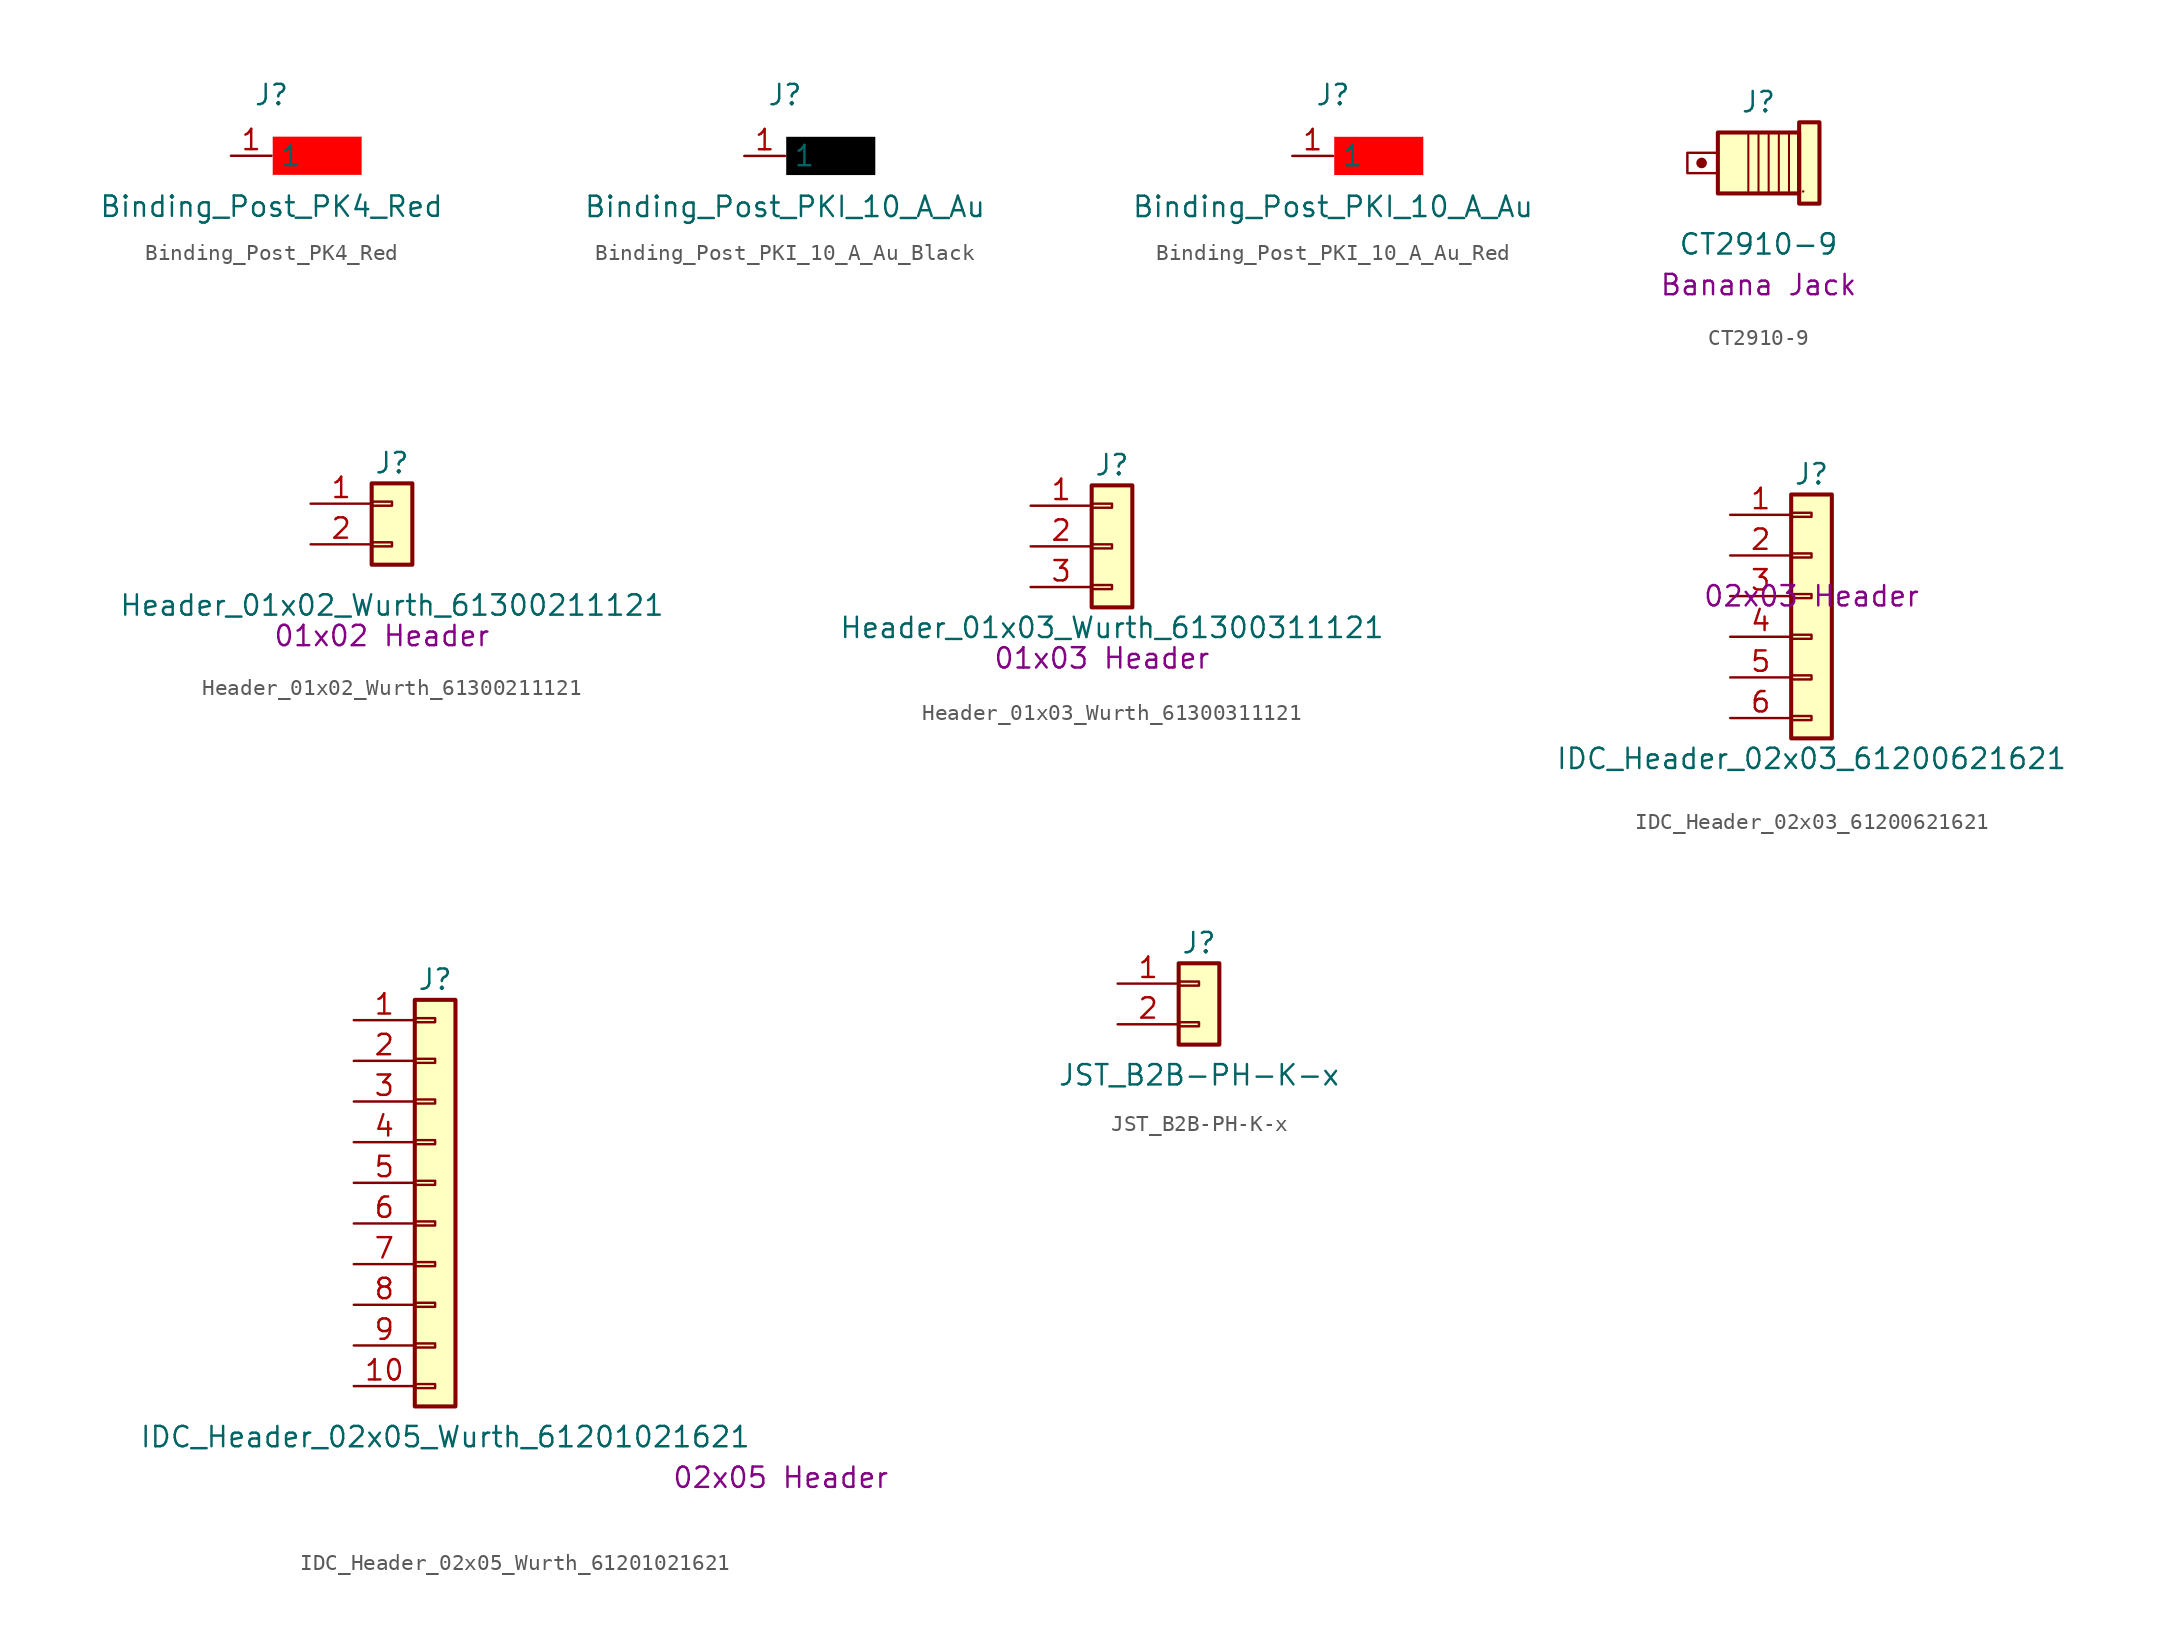
<source format=kicad_sym>
(kicad_symbol_lib
  (version 20220914)
  (generator kicad_symbol_editor)
  (symbol "Binding_Post_PK4_Red"
    (property "Reference" "J"
      (at 0 3.81 0)
      (effects (font (size 1.27 1.27))))
    (property "Value" "Binding_Post_PK4_Red"
      (at 0 -3.175 0)
      (effects (font (size 1.27 1.27))))
    (symbol "Binding_Post_PK4_Red_1_0"
      (pin passive line (at -2.54 0 0) (length 2.54) (name "1" (effects (font (size 1.27 1.27)))) (number "1" (effects (font (size 1.27 1.27))))))
    (symbol "Binding_Post_PK4_Red_1_1"
      (rectangle (start 0 1.27) (end 5.715 -1.27) (stroke (width 0) (type default) (color 255 255 255 1)) (fill (type color) (color 255 0 0 1)))))
  (symbol "Binding_Post_PKI_10_A_Au_Black"
    (property "Reference" "J"
      (at 0 3.81 0)
      (effects (font (size 1.27 1.27))))
    (property "Value" "Binding_Post_PKI_10_A_Au"
      (at 0 -3.175 0)
      (effects (font (size 1.27 1.27))))
    (symbol "Binding_Post_PKI_10_A_Au_Black_1_0"
      (pin passive line (at -2.54 0 0) (length 2.54) (name "1" (effects (font (size 1.27 1.27)))) (number "1" (effects (font (size 1.27 1.27))))))
    (symbol "Binding_Post_PKI_10_A_Au_Black_1_1"
      (rectangle (start 0 1.27) (end 5.715 -1.27) (stroke (width 0) (type default) (color 255 255 255 1)) (fill (type color) (color 0 0 0 1)))))
  (symbol "Binding_Post_PKI_10_A_Au_Red"
    (property "Reference" "J"
      (at 0 3.81 0)
      (effects (font (size 1.27 1.27))))
    (property "Value" "Binding_Post_PKI_10_A_Au"
      (at 0 -3.175 0)
      (effects (font (size 1.27 1.27))))
    (symbol "Binding_Post_PKI_10_A_Au_Red_1_0"
      (pin passive line (at -2.54 0 0) (length 2.54) (name "1" (effects (font (size 1.27 1.27)))) (number "1" (effects (font (size 1.27 1.27))))))
    (symbol "Binding_Post_PKI_10_A_Au_Red_1_1"
      (rectangle (start 0 1.27) (end 5.715 -1.27) (stroke (width 0) (type default) (color 255 255 255 1)) (fill (type color) (color 255 0 0 1)))))
  (symbol "CT2910-9"
    (pin_names
      (offset 1.016) hide)
    (property "Reference" "J"
      (at 0 3.81 0)
      (effects (font (size 1.27 1.27))))
    (property "Value" "CT2910-9"
      (at 0 -5.08 0)
      (effects (font (size 1.27 1.27))))
    (property "Info" "Banana Jack"
      (at 0 -7.62 0)
      (effects (font (size 1.27 1.27))))
    (symbol "CT2910-9_0_1"
      (rectangle (start 2.794 -1.778) (end 2.794 -1.778) (stroke (width 0) (type default)) (fill (type none))))
    (symbol "CT2910-9_1_1"
      (circle (center -3.556 0) (radius 0.254) (stroke (width 0) (type default)) (fill (type outline)))
      (rectangle (start -2.54 1.905) (end 2.54 -1.905) (stroke (width 0.254) (type default)) (fill (type background)))
      (polyline (pts (xy -0.635 1.905) (xy -0.635 -1.905)) (stroke (width 0.127) (type default)) (fill (type none)))
      (polyline (pts (xy 0 1.905) (xy 0 -1.905)) (stroke (width 0.127) (type default)) (fill (type none)))
      (polyline (pts (xy 0.635 1.905) (xy 0.635 -1.905)) (stroke (width 0.127) (type default)) (fill (type none)))
      (polyline (pts (xy 1.27 1.905) (xy 1.27 -1.905)) (stroke (width 0.127) (type default)) (fill (type none)))
      (polyline (pts (xy 1.905 1.905) (xy 1.905 -1.905)) (stroke (width 0.127) (type default)) (fill (type none)))
      (polyline (pts (xy -2.54 0.635) (xy -4.445 0.635) (xy -4.445 -0.635) (xy -2.54 -0.635)) (stroke (width 0) (type default)) (fill (type none)))
      (rectangle (start 2.54 2.54) (end 3.81 -2.54) (stroke (width 0.254) (type default)) (fill (type background)))))
  (symbol "Header_01x02_Wurth_61300211121"
    (pin_names
      (offset 3) hide)
    (property "Reference" "J"
      (at 0 3.81 0)
      (effects (font (size 1.27 1.27))))
    (property "Value" "Header_01x02_Wurth_61300211121"
      (at 0 -5.08 0)
      (effects (font (size 1.27 1.27))))
    (property "Pretty Value" "01x02 Header"
      (at -0.635 -6.985 0)
      (effects (font (size 1.27 1.27))))
    (symbol "Header_01x02_Wurth_61300211121_1_1"
      (rectangle (start -1.27 -1.143) (end 0 -1.397) (stroke (width 0.152) (type default)) (fill (type none)))
      (rectangle (start -1.27 1.397) (end 0 1.143) (stroke (width 0.152) (type default)) (fill (type none)))
      (rectangle (start -1.27 2.54) (end 1.27 -2.54) (stroke (width 0.254) (type default)) (fill (type background)))
      (pin passive line (at -5.08 1.27 0) (length 3.81) (name "Pin_1" (effects (font (size 1.27 1.27)))) (number "1" (effects (font (size 1.27 1.27)))))
      (pin passive line (at -5.08 -1.27 0) (length 3.81) (name "Pin_2" (effects (font (size 1.27 1.27)))) (number "2" (effects (font (size 1.27 1.27)))))))
  (symbol "Header_01x03_Wurth_61300311121"
    (pin_names
      (offset 3) hide)
    (property "Reference" "J"
      (at 0 5.08 0)
      (effects (font (size 1.27 1.27))))
    (property "Value" "Header_01x03_Wurth_61300311121"
      (at 0 -5.08 0)
      (effects (font (size 1.27 1.27))))
    (property "Pretty Value" "01x03 Header"
      (at -0.635 -6.985 0)
      (effects (font (size 1.27 1.27))))
    (symbol "Header_01x03_Wurth_61300311121_1_1"
      (rectangle (start -1.27 -2.413) (end 0 -2.667) (stroke (width 0.152) (type default)) (fill (type none)))
      (rectangle (start -1.27 0.127) (end 0 -0.127) (stroke (width 0.152) (type default)) (fill (type none)))
      (rectangle (start -1.27 2.667) (end 0 2.413) (stroke (width 0.152) (type default)) (fill (type none)))
      (rectangle (start -1.27 3.81) (end 1.27 -3.81) (stroke (width 0.254) (type default)) (fill (type background)))
      (pin passive line (at -5.08 2.54 0) (length 3.81) (name "Pin_1" (effects (font (size 1.27 1.27)))) (number "1" (effects (font (size 1.27 1.27)))))
      (pin passive line (at -5.08 0 0) (length 3.81) (name "Pin_2" (effects (font (size 1.27 1.27)))) (number "2" (effects (font (size 1.27 1.27)))))
      (pin passive line (at -5.08 -2.54 0) (length 3.81) (name "Pin_3" (effects (font (size 1.27 1.27)))) (number "3" (effects (font (size 1.27 1.27)))))))
  (symbol "IDC_Header_02x03_61200621621"
    (pin_names
      (offset 1.016) hide)
    (property "Reference" "J"
      (at 0 7.62 0)
      (effects (font (size 1.27 1.27))))
    (property "Value" "IDC_Header_02x03_61200621621"
      (at 0 -10.16 0)
      (effects (font (size 1.27 1.27))))
    (property "Pretty Value 1" "02x03 Header"
      (at 0 0 0)
      (effects (font (size 1.27 1.27))))
    (symbol "IDC_Header_02x03_61200621621_1_1"
      (rectangle (start -1.27 -7.493) (end 0 -7.747) (stroke (width 0.152) (type default)) (fill (type none)))
      (rectangle (start -1.27 -4.953) (end 0 -5.207) (stroke (width 0.152) (type default)) (fill (type none)))
      (rectangle (start -1.27 -2.413) (end 0 -2.667) (stroke (width 0.152) (type default)) (fill (type none)))
      (rectangle (start -1.27 0.127) (end 0 -0.127) (stroke (width 0.152) (type default)) (fill (type none)))
      (rectangle (start -1.27 2.667) (end 0 2.413) (stroke (width 0.152) (type default)) (fill (type none)))
      (rectangle (start -1.27 5.207) (end 0 4.953) (stroke (width 0.152) (type default)) (fill (type none)))
      (rectangle (start -1.27 6.35) (end 1.27 -8.89) (stroke (width 0.254) (type default)) (fill (type background)))
      (pin passive line (at -5.08 5.08 0) (length 3.81) (name "Pin_1" (effects (font (size 1.27 1.27)))) (number "1" (effects (font (size 1.27 1.27)))))
      (pin passive line (at -5.08 2.54 0) (length 3.81) (name "Pin_2" (effects (font (size 1.27 1.27)))) (number "2" (effects (font (size 1.27 1.27)))))
      (pin passive line (at -5.08 0 0) (length 3.81) (name "Pin_3" (effects (font (size 1.27 1.27)))) (number "3" (effects (font (size 1.27 1.27)))))
      (pin passive line (at -5.08 -2.54 0) (length 3.81) (name "Pin_4" (effects (font (size 1.27 1.27)))) (number "4" (effects (font (size 1.27 1.27)))))
      (pin passive line (at -5.08 -5.08 0) (length 3.81) (name "Pin_5" (effects (font (size 1.27 1.27)))) (number "5" (effects (font (size 1.27 1.27)))))
      (pin passive line (at -5.08 -7.62 0) (length 3.81) (name "Pin_6" (effects (font (size 1.27 1.27)))) (number "6" (effects (font (size 1.27 1.27)))))))
  (symbol "IDC_Header_02x05_Wurth_61201021621"
    (pin_names
      (offset 1.016) hide)
    (property "Reference" "J"
      (at 0 12.7 0)
      (effects (font (size 1.27 1.27))))
    (property "Value" "IDC_Header_02x05_Wurth_61201021621"
      (at 0.635 -15.875 0)
      (effects (font (size 1.27 1.27))))
    (property "Pretty Value 1" "02x05 Header"
      (at 21.59 -18.415 0)
      (effects (font (size 1.27 1.27))))
    (symbol "IDC_Header_02x05_Wurth_61201021621_1_1"
      (rectangle (start -1.27 -12.573) (end 0 -12.827) (stroke (width 0.152) (type default)) (fill (type none)))
      (rectangle (start -1.27 -10.033) (end 0 -10.287) (stroke (width 0.152) (type default)) (fill (type none)))
      (rectangle (start -1.27 -7.493) (end 0 -7.747) (stroke (width 0.152) (type default)) (fill (type none)))
      (rectangle (start -1.27 -4.953) (end 0 -5.207) (stroke (width 0.152) (type default)) (fill (type none)))
      (rectangle (start -1.27 -2.413) (end 0 -2.667) (stroke (width 0.152) (type default)) (fill (type none)))
      (rectangle (start -1.27 0.127) (end 0 -0.127) (stroke (width 0.152) (type default)) (fill (type none)))
      (rectangle (start -1.27 2.667) (end 0 2.413) (stroke (width 0.152) (type default)) (fill (type none)))
      (rectangle (start -1.27 5.207) (end 0 4.953) (stroke (width 0.152) (type default)) (fill (type none)))
      (rectangle (start -1.27 7.747) (end 0 7.493) (stroke (width 0.152) (type default)) (fill (type none)))
      (rectangle (start -1.27 10.287) (end 0 10.033) (stroke (width 0.152) (type default)) (fill (type none)))
      (rectangle (start -1.27 11.43) (end 1.27 -13.97) (stroke (width 0.254) (type default)) (fill (type background)))
      (pin passive line (at -5.08 10.16 0) (length 3.81) (name "Pin_1" (effects (font (size 1.27 1.27)))) (number "1" (effects (font (size 1.27 1.27)))))
      (pin passive line (at -5.08 -12.7 0) (length 3.81) (name "Pin_10" (effects (font (size 1.27 1.27)))) (number "10" (effects (font (size 1.27 1.27)))))
      (pin passive line (at -5.08 7.62 0) (length 3.81) (name "Pin_2" (effects (font (size 1.27 1.27)))) (number "2" (effects (font (size 1.27 1.27)))))
      (pin passive line (at -5.08 5.08 0) (length 3.81) (name "Pin_3" (effects (font (size 1.27 1.27)))) (number "3" (effects (font (size 1.27 1.27)))))
      (pin passive line (at -5.08 2.54 0) (length 3.81) (name "Pin_4" (effects (font (size 1.27 1.27)))) (number "4" (effects (font (size 1.27 1.27)))))
      (pin passive line (at -5.08 0 0) (length 3.81) (name "Pin_5" (effects (font (size 1.27 1.27)))) (number "5" (effects (font (size 1.27 1.27)))))
      (pin passive line (at -5.08 -2.54 0) (length 3.81) (name "Pin_6" (effects (font (size 1.27 1.27)))) (number "6" (effects (font (size 1.27 1.27)))))
      (pin passive line (at -5.08 -5.08 0) (length 3.81) (name "Pin_7" (effects (font (size 1.27 1.27)))) (number "7" (effects (font (size 1.27 1.27)))))
      (pin passive line (at -5.08 -7.62 0) (length 3.81) (name "Pin_8" (effects (font (size 1.27 1.27)))) (number "8" (effects (font (size 1.27 1.27)))))
      (pin passive line (at -5.08 -10.16 0) (length 3.81) (name "Pin_9" (effects (font (size 1.27 1.27)))) (number "9" (effects (font (size 1.27 1.27)))))))
  (symbol "JST_B2B-PH-K-x"
    (pin_names
      (offset 3) hide)
    (property "Reference" "J"
      (at 0 5.08 0)
      (effects (font (size 1.27 1.27))))
    (property "Value" "JST_B2B-PH-K-x"
      (at 0 -3.175 0)
      (effects (font (size 1.27 1.27))))
    (symbol "JST_B2B-PH-K-x_1_1"
      (rectangle (start -1.27 0.127) (end 0 -0.127) (stroke (width 0.152) (type default)) (fill (type none)))
      (rectangle (start -1.27 2.667) (end 0 2.413) (stroke (width 0.152) (type default)) (fill (type none)))
      (rectangle (start -1.27 3.81) (end 1.27 -1.27) (stroke (width 0.254) (type default)) (fill (type background)))
      (pin passive line (at -5.08 2.54 0) (length 3.81) (name "Pin_1" (effects (font (size 1.27 1.27)))) (number "1" (effects (font (size 1.27 1.27)))))
      (pin passive line (at -5.08 0 0) (length 3.81) (name "Pin_2" (effects (font (size 1.27 1.27)))) (number "2" (effects (font (size 1.27 1.27))))))))
</source>
